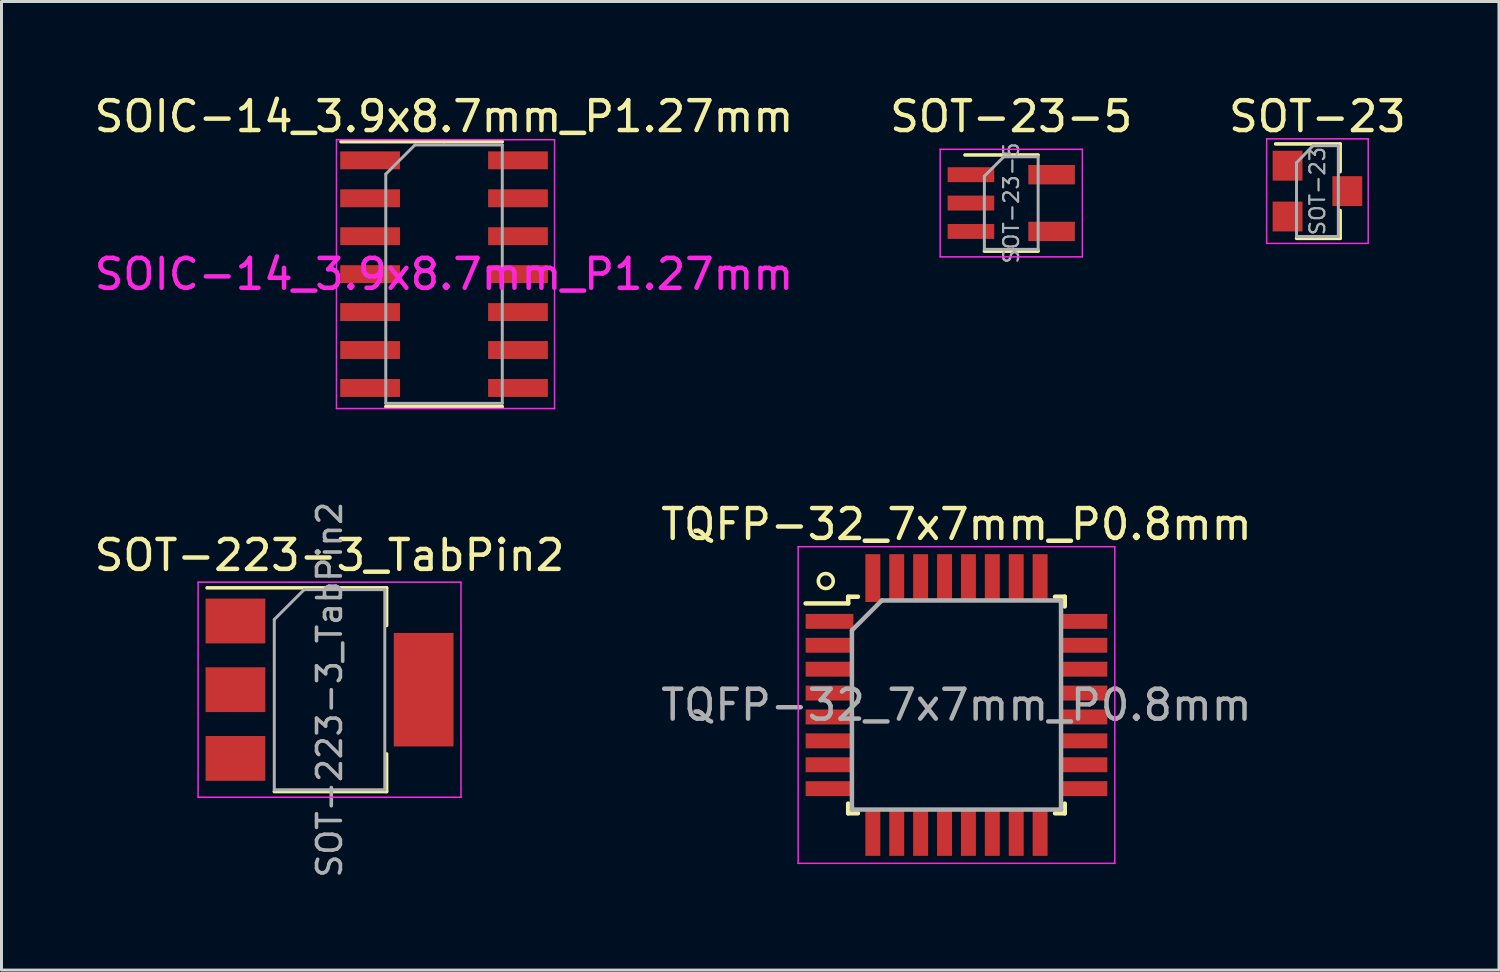
<source format=kicad_pcb>
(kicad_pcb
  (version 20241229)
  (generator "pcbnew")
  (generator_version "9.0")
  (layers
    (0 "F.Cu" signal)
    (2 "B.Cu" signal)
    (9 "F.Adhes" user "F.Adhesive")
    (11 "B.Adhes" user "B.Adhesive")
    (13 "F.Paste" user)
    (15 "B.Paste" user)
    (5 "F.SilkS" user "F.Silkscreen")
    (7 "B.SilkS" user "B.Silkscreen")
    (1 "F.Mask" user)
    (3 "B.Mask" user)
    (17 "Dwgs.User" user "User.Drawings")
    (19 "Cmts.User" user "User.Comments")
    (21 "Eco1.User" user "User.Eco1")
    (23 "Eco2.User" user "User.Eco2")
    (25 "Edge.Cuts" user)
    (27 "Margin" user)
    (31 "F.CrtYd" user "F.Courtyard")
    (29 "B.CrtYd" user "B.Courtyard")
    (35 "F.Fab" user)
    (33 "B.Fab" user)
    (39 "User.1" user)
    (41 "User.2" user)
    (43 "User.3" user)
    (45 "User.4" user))
  (footprint "SOT-223-3_TabPin2"
    (layer "F.Cu")
    (at 7.982 20.039)
    (property "Reference" "SOT-223-3_TabPin2" (at 0 -4.5 0) (layer "F.SilkS") (effects (font (size 1 1) (thickness 0.15))))
    (attr smd)
    (fp_line (start -4.1 -3.41) (end 1.91 -3.41) (stroke (width 0.12) (type solid)) (layer "F.SilkS"))
    (fp_line (start -1.85 3.41) (end 1.91 3.41) (stroke (width 0.12) (type solid)) (layer "F.SilkS"))
    (fp_line (start 1.91 -3.41) (end 1.91 -2.15) (stroke (width 0.12) (type solid)) (layer "F.SilkS"))
    (fp_line (start 1.91 3.41) (end 1.91 2.15) (stroke (width 0.12) (type solid)) (layer "F.SilkS"))
    (fp_line (start -4.4 -3.6) (end -4.4 3.6) (stroke (width 0.05) (type solid)) (layer "F.CrtYd"))
    (fp_line (start -4.4 3.6) (end 4.4 3.6) (stroke (width 0.05) (type solid)) (layer "F.CrtYd"))
    (fp_line (start 4.4 -3.6) (end -4.4 -3.6) (stroke (width 0.05) (type solid)) (layer "F.CrtYd"))
    (fp_line (start 4.4 3.6) (end 4.4 -3.6) (stroke (width 0.05) (type solid)) (layer "F.CrtYd"))
    (fp_line (start -1.85 -2.35) (end -1.85 3.35) (stroke (width 0.1) (type solid)) (layer "F.Fab"))
    (fp_line (start -1.85 -2.35) (end -0.85 -3.35) (stroke (width 0.1) (type solid)) (layer "F.Fab"))
    (fp_line (start -1.85 3.35) (end 1.85 3.35) (stroke (width 0.1) (type solid)) (layer "F.Fab"))
    (fp_line (start -0.85 -3.35) (end 1.85 -3.35) (stroke (width 0.1) (type solid)) (layer "F.Fab"))
    (fp_line (start 1.85 -3.35) (end 1.85 3.35) (stroke (width 0.1) (type solid)) (layer "F.Fab"))
    (fp_text user "${REFERENCE}" (at 0 0 90) (layer "F.Fab") (effects (font (size 0.8 0.8) (thickness 0.12))))
    (pad "1" smd rect (at -3.15 -2.3) (size 2 1.5) (layers "F.Cu" "F.Mask" "F.Paste"))
    (pad "2" smd rect (at -3.15 0) (size 2 1.5) (layers "F.Cu" "F.Mask" "F.Paste"))
    (pad "2" smd rect (at 3.15 0) (size 2 3.8) (layers "F.Cu" "F.Mask" "F.Paste"))
    (pad "3" smd rect (at -3.15 2.3) (size 2 1.5) (layers "F.Cu" "F.Mask" "F.Paste")))
  (footprint "SOIC-14_3.9x8.7mm_P1.27mm"
    (layer "F.Cu")
    (at 11.815 6.128)
    (property "Reference" "SOIC-14_3.9x8.7mm_P1.27mm" (at 0 -5.28 0) (layer "F.SilkS") (effects (font (size 1 1) (thickness 0.15))))
    (attr smd)
    (fp_line (start 0 -4.435) (end -3.45 -4.435) (stroke (width 0.12) (type solid)) (layer "F.SilkS"))
    (fp_line (start 0 -4.435) (end 1.95 -4.435) (stroke (width 0.12) (type solid)) (layer "F.SilkS"))
    (fp_line (start 0 4.435) (end -1.95 4.435) (stroke (width 0.12) (type solid)) (layer "F.SilkS"))
    (fp_line (start 0 4.435) (end 1.95 4.435) (stroke (width 0.12) (type solid)) (layer "F.SilkS"))
    (fp_line (start -3.6 -4.5) (end 3.7 -4.5) (stroke (width 0.05) (type solid)) (layer "F.CrtYd"))
    (fp_line (start -3.6 4.5) (end -3.6 -4.5) (stroke (width 0.05) (type solid)) (layer "F.CrtYd"))
    (fp_line (start 3.7 -4.5) (end 3.7 4.5) (stroke (width 0.05) (type solid)) (layer "F.CrtYd"))
    (fp_line (start 3.7 4.5) (end -3.6 4.5) (stroke (width 0.05) (type solid)) (layer "F.CrtYd"))
    (fp_line (start -1.95 -3.35) (end -0.975 -4.325) (stroke (width 0.1) (type solid)) (layer "F.Fab"))
    (fp_line (start -1.95 4.325) (end -1.95 -3.35) (stroke (width 0.1) (type solid)) (layer "F.Fab"))
    (fp_line (start -0.975 -4.325) (end 1.95 -4.325) (stroke (width 0.1) (type solid)) (layer "F.Fab"))
    (fp_line (start 1.95 -4.325) (end 1.95 4.325) (stroke (width 0.1) (type solid)) (layer "F.Fab"))
    (fp_line (start 1.95 4.325) (end -1.95 4.325) (stroke (width 0.1) (type solid)) (layer "F.Fab"))
    (fp_text user "${REFERENCE}" (at 0 0 0) (layer "F.CrtYd") (effects (font (size 1 1) (thickness 0.15))))
    (pad "1" smd rect (at -2.475 -3.81) (size 2 0.6) (layers "F.Cu" "F.Mask" "F.Paste"))
    (pad "2" smd rect (at -2.475 -2.54) (size 2 0.6) (layers "F.Cu" "F.Mask" "F.Paste"))
    (pad "3" smd rect (at -2.475 -1.27) (size 2 0.6) (layers "F.Cu" "F.Mask" "F.Paste"))
    (pad "4" smd rect (at -2.475 0) (size 2 0.6) (layers "F.Cu" "F.Mask" "F.Paste"))
    (pad "5" smd rect (at -2.475 1.27) (size 2 0.6) (layers "F.Cu" "F.Mask" "F.Paste"))
    (pad "6" smd rect (at -2.475 2.54) (size 2 0.6) (layers "F.Cu" "F.Mask" "F.Paste"))
    (pad "7" smd rect (at -2.475 3.81) (size 2 0.6) (layers "F.Cu" "F.Mask" "F.Paste"))
    (pad "8" smd rect (at 2.475 3.81) (size 2 0.6) (layers "F.Cu" "F.Mask" "F.Paste"))
    (pad "9" smd rect (at 2.475 2.54) (size 2 0.6) (layers "F.Cu" "F.Mask" "F.Paste"))
    (pad "10" smd rect (at 2.475 1.27) (size 2 0.6) (layers "F.Cu" "F.Mask" "F.Paste"))
    (pad "11" smd rect (at 2.475 0) (size 2 0.6) (layers "F.Cu" "F.Mask" "F.Paste"))
    (pad "12" smd rect (at 2.475 -1.27) (size 2 0.6) (layers "F.Cu" "F.Mask" "F.Paste"))
    (pad "13" smd rect (at 2.475 -2.54) (size 2 0.6) (layers "F.Cu" "F.Mask" "F.Paste"))
    (pad "14" smd rect (at 2.475 -3.81) (size 2 0.6) (layers "F.Cu" "F.Mask" "F.Paste")))
  (footprint "TQFP-32_7x7mm_P0.8mm"
    (layer "F.Cu")
    (at 28.97 20.552)
    (property "Reference" "TQFP-32_7x7mm_P0.8mm" (at 0 -6.05 0) (layer "F.SilkS") (effects (font (size 1 1) (thickness 0.15))))
    (attr smd)
    (fp_line (start -3.625 -3.625) (end -3.625 -3.4) (stroke (width 0.15) (type solid)) (layer "F.SilkS"))
    (fp_line (start -3.625 -3.625) (end -3.3 -3.625) (stroke (width 0.15) (type solid)) (layer "F.SilkS"))
    (fp_line (start -3.625 -3.4) (end -5.05 -3.4) (stroke (width 0.15) (type solid)) (layer "F.SilkS"))
    (fp_line (start -3.625 3.625) (end -3.625 3.3) (stroke (width 0.15) (type solid)) (layer "F.SilkS"))
    (fp_line (start -3.625 3.625) (end -3.3 3.625) (stroke (width 0.15) (type solid)) (layer "F.SilkS"))
    (fp_line (start 3.625 -3.625) (end 3.3 -3.625) (stroke (width 0.15) (type solid)) (layer "F.SilkS"))
    (fp_line (start 3.625 -3.625) (end 3.625 -3.3) (stroke (width 0.15) (type solid)) (layer "F.SilkS"))
    (fp_line (start 3.625 3.625) (end 3.3 3.625) (stroke (width 0.15) (type solid)) (layer "F.SilkS"))
    (fp_line (start 3.625 3.625) (end 3.625 3.3) (stroke (width 0.15) (type solid)) (layer "F.SilkS"))
    (fp_circle (center -4.375 -4.15) (end -4.375 -3.9) (stroke (width 0.12) (type solid)) (fill no) (layer "F.SilkS"))
    (fp_line (start -5.3 -5.3) (end -5.3 5.3) (stroke (width 0.05) (type solid)) (layer "F.CrtYd"))
    (fp_line (start -5.3 -5.3) (end 5.3 -5.3) (stroke (width 0.05) (type solid)) (layer "F.CrtYd"))
    (fp_line (start -5.3 5.3) (end 5.3 5.3) (stroke (width 0.05) (type solid)) (layer "F.CrtYd"))
    (fp_line (start 5.3 -5.3) (end 5.3 5.3) (stroke (width 0.05) (type solid)) (layer "F.CrtYd"))
    (fp_line (start -3.5 -2.5) (end -2.5 -3.5) (stroke (width 0.15) (type solid)) (layer "F.Fab"))
    (fp_line (start -3.5 3.5) (end -3.5 -2.5) (stroke (width 0.15) (type solid)) (layer "F.Fab"))
    (fp_line (start -2.5 -3.5) (end 3.5 -3.5) (stroke (width 0.15) (type solid)) (layer "F.Fab"))
    (fp_line (start 3.5 -3.5) (end 3.5 3.5) (stroke (width 0.15) (type solid)) (layer "F.Fab"))
    (fp_line (start 3.5 3.5) (end -3.5 3.5) (stroke (width 0.15) (type solid)) (layer "F.Fab"))
    (fp_text user "${REFERENCE}" (at 0 0 0) (layer "F.Fab") (effects (font (size 1 1) (thickness 0.15))))
    (pad "1" smd rect (at -4.25 -2.8) (size 1.6 0.5) (layers "F.Cu" "F.Mask" "F.Paste"))
    (pad "2" smd rect (at -4.25 -2) (size 1.6 0.5) (layers "F.Cu" "F.Mask" "F.Paste"))
    (pad "3" smd rect (at -4.25 -1.2) (size 1.6 0.5) (layers "F.Cu" "F.Mask" "F.Paste"))
    (pad "4" smd rect (at -4.25 -0.4) (size 1.6 0.5) (layers "F.Cu" "F.Mask" "F.Paste"))
    (pad "5" smd rect (at -4.25 0.4) (size 1.6 0.5) (layers "F.Cu" "F.Mask" "F.Paste"))
    (pad "6" smd rect (at -4.25 1.2) (size 1.6 0.5) (layers "F.Cu" "F.Mask" "F.Paste"))
    (pad "7" smd rect (at -4.25 2) (size 1.6 0.5) (layers "F.Cu" "F.Mask" "F.Paste"))
    (pad "8" smd rect (at -4.25 2.8) (size 1.6 0.5) (layers "F.Cu" "F.Mask" "F.Paste"))
    (pad "9" smd rect (at -2.8 4.25 90) (size 1.6 0.5) (layers "F.Cu" "F.Mask" "F.Paste"))
    (pad "10" smd rect (at -2 4.25 90) (size 1.6 0.5) (layers "F.Cu" "F.Mask" "F.Paste"))
    (pad "11" smd rect (at -1.2 4.25 90) (size 1.6 0.5) (layers "F.Cu" "F.Mask" "F.Paste"))
    (pad "12" smd rect (at -0.4 4.25 90) (size 1.6 0.5) (layers "F.Cu" "F.Mask" "F.Paste"))
    (pad "13" smd rect (at 0.4 4.25 90) (size 1.6 0.5) (layers "F.Cu" "F.Mask" "F.Paste"))
    (pad "14" smd rect (at 1.2 4.25 90) (size 1.6 0.5) (layers "F.Cu" "F.Mask" "F.Paste"))
    (pad "15" smd rect (at 2 4.25 90) (size 1.6 0.5) (layers "F.Cu" "F.Mask" "F.Paste"))
    (pad "16" smd rect (at 2.8 4.25 90) (size 1.6 0.5) (layers "F.Cu" "F.Mask" "F.Paste"))
    (pad "17" smd rect (at 4.25 2.8) (size 1.6 0.5) (layers "F.Cu" "F.Mask" "F.Paste"))
    (pad "18" smd rect (at 4.25 2) (size 1.6 0.5) (layers "F.Cu" "F.Mask" "F.Paste"))
    (pad "19" smd rect (at 4.25 1.2) (size 1.6 0.5) (layers "F.Cu" "F.Mask" "F.Paste"))
    (pad "20" smd rect (at 4.25 0.4) (size 1.6 0.5) (layers "F.Cu" "F.Mask" "F.Paste"))
    (pad "21" smd rect (at 4.25 -0.4) (size 1.6 0.5) (layers "F.Cu" "F.Mask" "F.Paste"))
    (pad "22" smd rect (at 4.25 -1.2) (size 1.6 0.5) (layers "F.Cu" "F.Mask" "F.Paste"))
    (pad "23" smd rect (at 4.25 -2) (size 1.6 0.5) (layers "F.Cu" "F.Mask" "F.Paste"))
    (pad "24" smd rect (at 4.25 -2.8) (size 1.6 0.5) (layers "F.Cu" "F.Mask" "F.Paste"))
    (pad "25" smd rect (at 2.8 -4.25 90) (size 1.6 0.5) (layers "F.Cu" "F.Mask" "F.Paste"))
    (pad "26" smd rect (at 2 -4.25 90) (size 1.6 0.5) (layers "F.Cu" "F.Mask" "F.Paste"))
    (pad "27" smd rect (at 1.2 -4.25 90) (size 1.6 0.5) (layers "F.Cu" "F.Mask" "F.Paste"))
    (pad "28" smd rect (at 0.4 -4.25 90) (size 1.6 0.5) (layers "F.Cu" "F.Mask" "F.Paste"))
    (pad "29" smd rect (at -0.4 -4.25 90) (size 1.6 0.5) (layers "F.Cu" "F.Mask" "F.Paste"))
    (pad "30" smd rect (at -1.2 -4.25 90) (size 1.6 0.5) (layers "F.Cu" "F.Mask" "F.Paste"))
    (pad "31" smd rect (at -2 -4.25 90) (size 1.6 0.5) (layers "F.Cu" "F.Mask" "F.Paste"))
    (pad "32" smd rect (at -2.8 -4.25 90) (size 1.6 0.5) (layers "F.Cu" "F.Mask" "F.Paste")))
  (footprint "SOT-23"
    (layer "F.Cu")
    (at 41.054 3.348)
    (property "Reference" "SOT-23" (at 0 -2.5 0) (layer "F.SilkS") (effects (font (size 1 1) (thickness 0.15))))
    (attr smd)
    (fp_line (start 0.76 -1.58) (end -1.4 -1.58) (stroke (width 0.12) (type solid)) (layer "F.SilkS"))
    (fp_line (start 0.76 -1.58) (end 0.76 -0.65) (stroke (width 0.12) (type solid)) (layer "F.SilkS"))
    (fp_line (start 0.76 1.58) (end -0.7 1.58) (stroke (width 0.12) (type solid)) (layer "F.SilkS"))
    (fp_line (start 0.76 1.58) (end 0.76 0.65) (stroke (width 0.12) (type solid)) (layer "F.SilkS"))
    (fp_line (start -1.7 -1.75) (end 1.7 -1.75) (stroke (width 0.05) (type solid)) (layer "F.CrtYd"))
    (fp_line (start -1.7 1.75) (end -1.7 -1.75) (stroke (width 0.05) (type solid)) (layer "F.CrtYd"))
    (fp_line (start 1.7 -1.75) (end 1.7 1.75) (stroke (width 0.05) (type solid)) (layer "F.CrtYd"))
    (fp_line (start 1.7 1.75) (end -1.7 1.75) (stroke (width 0.05) (type solid)) (layer "F.CrtYd"))
    (fp_line (start -0.7 -0.95) (end -0.7 1.5) (stroke (width 0.1) (type solid)) (layer "F.Fab"))
    (fp_line (start -0.7 -0.95) (end -0.15 -1.52) (stroke (width 0.1) (type solid)) (layer "F.Fab"))
    (fp_line (start -0.7 1.52) (end 0.7 1.52) (stroke (width 0.1) (type solid)) (layer "F.Fab"))
    (fp_line (start -0.15 -1.52) (end 0.7 -1.52) (stroke (width 0.1) (type solid)) (layer "F.Fab"))
    (fp_line (start 0.7 -1.52) (end 0.7 1.52) (stroke (width 0.1) (type solid)) (layer "F.Fab"))
    (fp_text user "${REFERENCE}" (at 0 0 90) (layer "F.Fab") (effects (font (size 0.5 0.5) (thickness 0.075))))
    (pad "1" smd rect (at -1 -0.85) (size 1 1) (layers "F.Cu" "F.Mask" "F.Paste"))
    (pad "2" smd rect (at -1 0.85) (size 1 1) (layers "F.Cu" "F.Mask" "F.Paste"))
    (pad "3" smd rect (at 1 0) (size 1 1) (layers "F.Cu" "F.Mask" "F.Paste")))
  (footprint "SOT-23-5"
    (layer "F.Cu")
    (at 30.804 3.748)
    (property "Reference" "SOT-23-5" (at 0 -2.9 0) (layer "F.SilkS") (effects (font (size 1 1) (thickness 0.15))))
    (attr smd)
    (fp_line (start -0.9 1.61) (end 0.9 1.61) (stroke (width 0.12) (type solid)) (layer "F.SilkS"))
    (fp_line (start 0.9 -1.61) (end -1.55 -1.61) (stroke (width 0.12) (type solid)) (layer "F.SilkS"))
    (fp_line (start -2.38 -1.8) (end -2.38 1.8) (stroke (width 0.05) (type solid)) (layer "F.CrtYd"))
    (fp_line (start -2.38 -1.8) (end 2.38 -1.8) (stroke (width 0.05) (type solid)) (layer "F.CrtYd"))
    (fp_line (start 2.38 1.8) (end -2.38 1.8) (stroke (width 0.05) (type solid)) (layer "F.CrtYd"))
    (fp_line (start 2.38 1.8) (end 2.38 -1.8) (stroke (width 0.05) (type solid)) (layer "F.CrtYd"))
    (fp_line (start -0.9 -0.9) (end -0.9 1.55) (stroke (width 0.1) (type solid)) (layer "F.Fab"))
    (fp_line (start -0.9 -0.9) (end -0.25 -1.55) (stroke (width 0.1) (type solid)) (layer "F.Fab"))
    (fp_line (start 0.9 -1.55) (end -0.25 -1.55) (stroke (width 0.1) (type solid)) (layer "F.Fab"))
    (fp_line (start 0.9 -1.55) (end 0.9 1.55) (stroke (width 0.1) (type solid)) (layer "F.Fab"))
    (fp_line (start 0.9 1.55) (end -0.9 1.55) (stroke (width 0.1) (type solid)) (layer "F.Fab"))
    (fp_text user "${REFERENCE}" (at 0 0 90) (layer "F.Fab") (effects (font (size 0.5 0.5) (thickness 0.075))))
    (pad "1" smd rect (at -1.35 -0.95) (size 1.56 0.5) (layers "F.Cu" "F.Mask" "F.Paste"))
    (pad "2" smd rect (at -1.35 0) (size 1.56 0.5) (layers "F.Cu" "F.Mask" "F.Paste"))
    (pad "3" smd rect (at -1.35 0.95) (size 1.56 0.5) (layers "F.Cu" "F.Mask" "F.Paste"))
    (pad "4" smd rect (at 1.35 0.95) (size 1.56 0.65) (layers "F.Cu" "F.Mask" "F.Paste"))
    (pad "5" smd rect (at 1.35 -0.95) (size 1.56 0.65) (layers "F.Cu" "F.Mask" "F.Paste")))
  (gr_rect
    (start -3 -3)
    (end 47.131 29.425)
    (stroke (width 0.1) (type default))
    (fill no)
    (layer "Edge.Cuts")))
</source>
